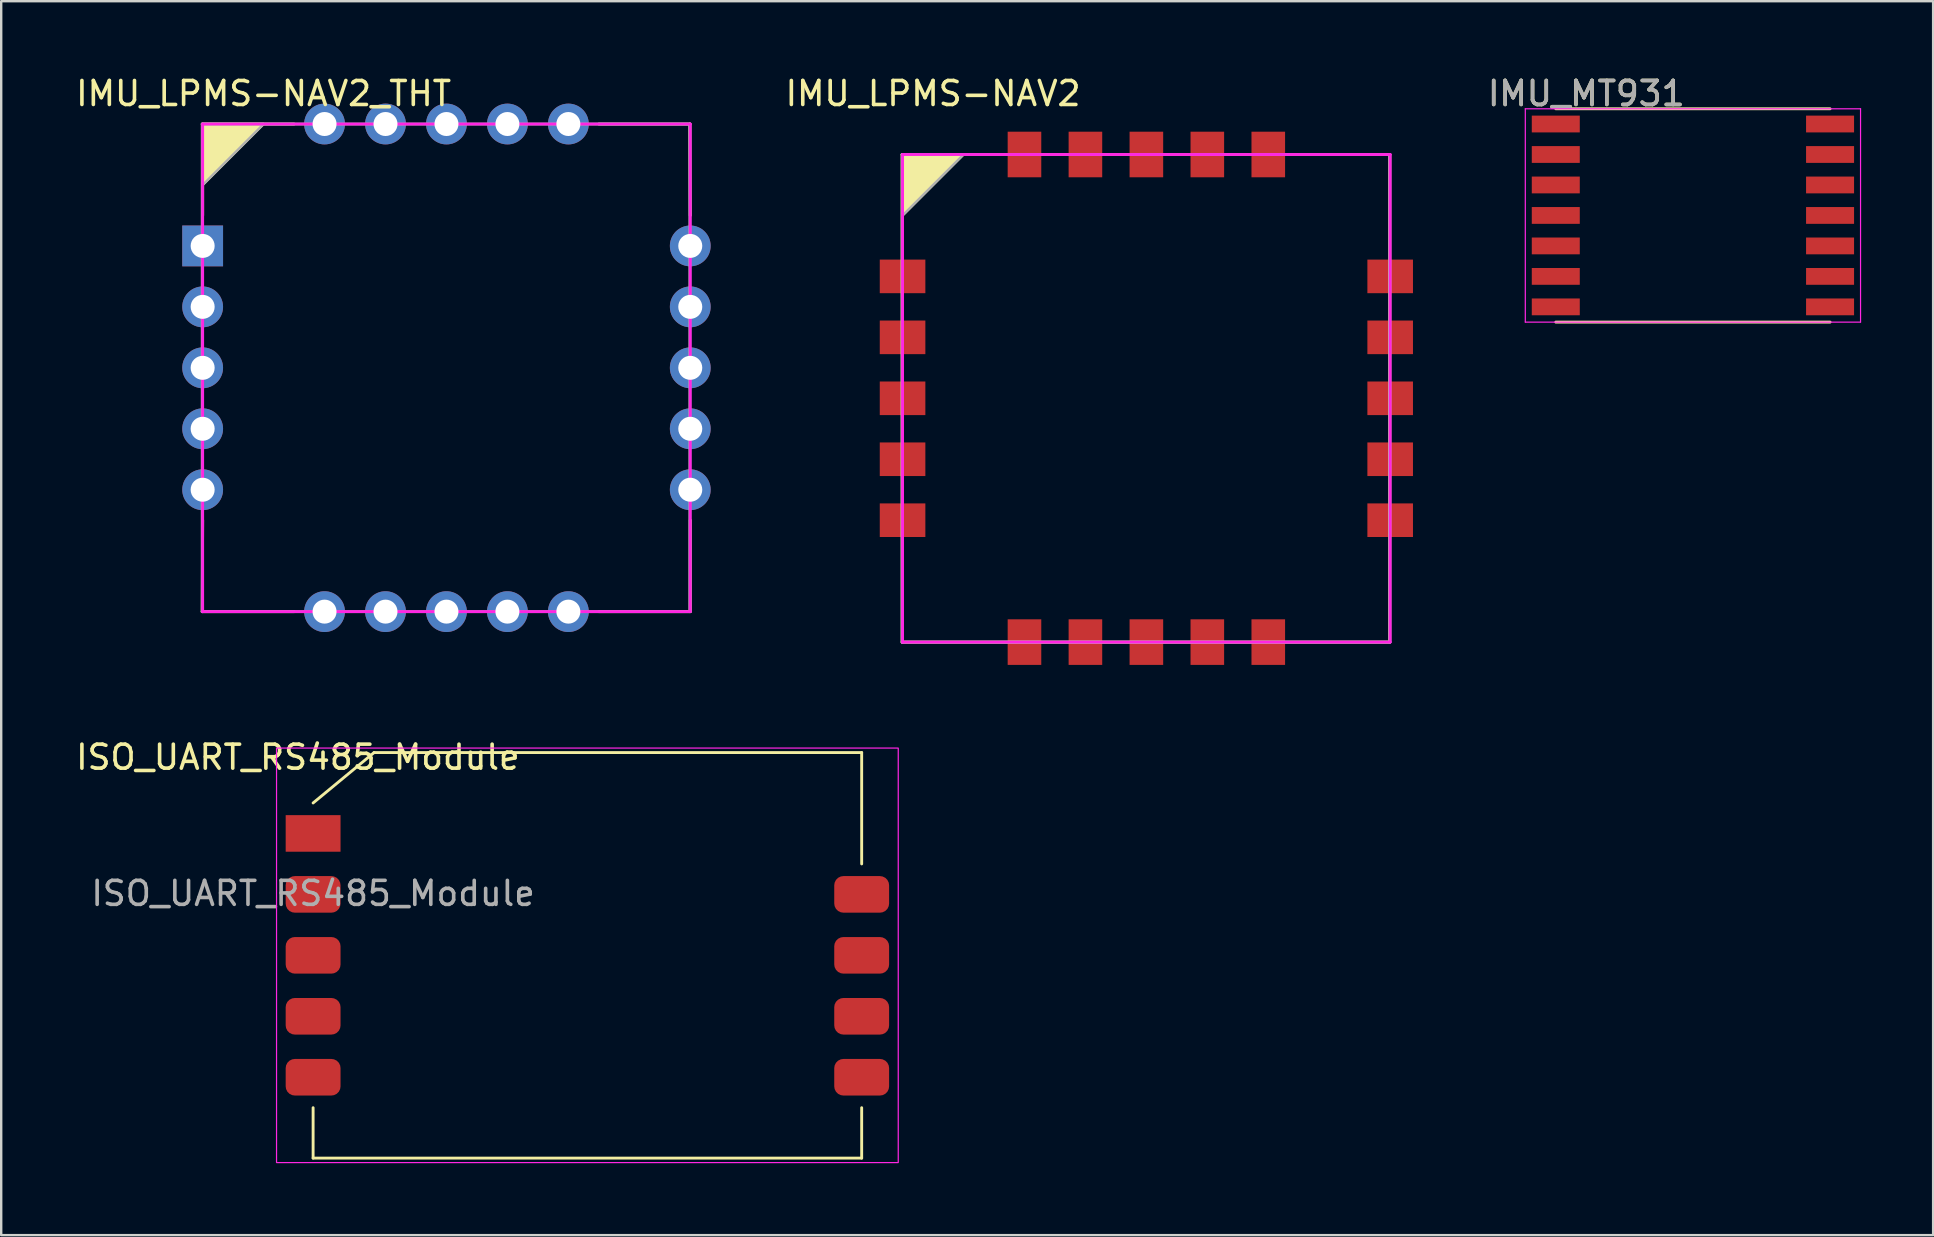
<source format=kicad_pcb>
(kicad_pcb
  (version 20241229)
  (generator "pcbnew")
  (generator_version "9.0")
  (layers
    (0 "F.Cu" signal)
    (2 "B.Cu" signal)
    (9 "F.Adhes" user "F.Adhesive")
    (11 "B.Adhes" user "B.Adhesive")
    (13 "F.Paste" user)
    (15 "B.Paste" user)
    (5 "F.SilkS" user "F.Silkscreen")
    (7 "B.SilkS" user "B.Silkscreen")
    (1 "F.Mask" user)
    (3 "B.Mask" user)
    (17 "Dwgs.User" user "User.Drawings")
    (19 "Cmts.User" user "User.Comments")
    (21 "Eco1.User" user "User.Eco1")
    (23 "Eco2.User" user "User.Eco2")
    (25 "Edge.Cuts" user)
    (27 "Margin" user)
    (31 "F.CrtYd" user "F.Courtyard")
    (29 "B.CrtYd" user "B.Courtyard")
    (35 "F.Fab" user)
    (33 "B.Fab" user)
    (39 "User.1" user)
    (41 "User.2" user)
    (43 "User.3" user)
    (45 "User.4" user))
  (footprint "IMU_LPMS-NAV2"
    (layer "F.Cu")
    (at 44.722 14.818)
    (property "Reference" "IMU_LPMS-NAV2" (at -8.89 -13.97 0) (layer "F.SilkS") (effects (font (size 1 1) (thickness 0.15))))
    (attr through_hole)
    (fp_line (start -10.178 -11.429) (end -10.178 8.891) (stroke (width 0.12) (type solid)) (layer "F.SilkS"))
    (fp_line (start -10.178 -11.429) (end 10.142 -11.429) (stroke (width 0.12) (type solid)) (layer "F.SilkS"))
    (fp_line (start -10.178 8.891) (end 10.142 8.891) (stroke (width 0.12) (type solid)) (layer "F.SilkS"))
    (fp_line (start 10.142 -11.429) (end 10.142 8.891) (stroke (width 0.12) (type solid)) (layer "F.SilkS"))
    (fp_poly (pts (xy -10.16 -8.89) (xy -10.16 -11.43) (xy -7.62 -11.43)) (stroke (width 0.1) (type solid)) (fill yes) (layer "F.SilkS"))
    (fp_line (start -10.16 -11.43) (end 10.16 -11.43) (stroke (width 0.12) (type solid)) (layer "F.CrtYd"))
    (fp_line (start -10.16 8.89) (end -10.16 -11.43) (stroke (width 0.12) (type solid)) (layer "F.CrtYd"))
    (fp_line (start 10.16 -11.43) (end 10.16 8.89) (stroke (width 0.12) (type solid)) (layer "F.CrtYd"))
    (fp_line (start 10.16 8.89) (end -10.16 8.89) (stroke (width 0.12) (type solid)) (layer "F.CrtYd"))
    (fp_line (start -10.178 -11.429) (end -10.178 8.891) (stroke (width 0.12) (type solid)) (layer "F.Fab"))
    (fp_line (start -10.178 -11.429) (end 10.142 -11.429) (stroke (width 0.12) (type solid)) (layer "F.Fab"))
    (fp_line (start -10.178 8.891) (end 10.142 8.891) (stroke (width 0.12) (type solid)) (layer "F.Fab"))
    (fp_line (start 10.142 -11.429) (end 10.142 8.891) (stroke (width 0.12) (type solid)) (layer "F.Fab"))
    (fp_poly (pts (xy -10.16 -8.89) (xy -10.16 -11.43) (xy -7.62 -11.43)) (stroke (width 0.1) (type solid)) (fill no) (layer "F.Fab"))
    (pad "1" smd rect (at -10.16 -6.35) (size 1.9 1.4) (layers "F.Cu" "F.Mask" "F.Paste"))
    (pad "2" smd rect (at -10.16 -3.81) (size 1.9 1.4) (layers "F.Cu" "F.Mask" "F.Paste"))
    (pad "3" smd rect (at -10.16 -1.27) (size 1.9 1.4) (layers "F.Cu" "F.Mask" "F.Paste"))
    (pad "4" smd rect (at -10.16 1.27) (size 1.9 1.4) (layers "F.Cu" "F.Mask" "F.Paste"))
    (pad "5" smd rect (at -10.16 3.81) (size 1.9 1.4) (layers "F.Cu" "F.Mask" "F.Paste"))
    (pad "6" smd rect (at -5.08 8.89 90) (size 1.9 1.4) (layers "F.Cu" "F.Mask" "F.Paste"))
    (pad "7" smd rect (at -2.54 8.89 90) (size 1.9 1.4) (layers "F.Cu" "F.Mask" "F.Paste"))
    (pad "8" smd rect (at 0 8.89 90) (size 1.9 1.4) (layers "F.Cu" "F.Mask" "F.Paste"))
    (pad "9" smd rect (at 2.54 8.89 90) (size 1.9 1.4) (layers "F.Cu" "F.Mask" "F.Paste"))
    (pad "10" smd rect (at 5.08 8.89 90) (size 1.9 1.4) (layers "F.Cu" "F.Mask" "F.Paste"))
    (pad "11" smd rect (at 10.16 3.81) (size 1.9 1.4) (layers "F.Cu" "F.Mask" "F.Paste"))
    (pad "12" smd rect (at 10.16 1.27) (size 1.9 1.4) (layers "F.Cu" "F.Mask" "F.Paste"))
    (pad "13" smd rect (at 10.16 -1.27) (size 1.9 1.4) (layers "F.Cu" "F.Mask" "F.Paste"))
    (pad "14" smd rect (at 10.16 -3.81) (size 1.9 1.4) (layers "F.Cu" "F.Mask" "F.Paste"))
    (pad "15" smd rect (at 10.16 -6.35) (size 1.9 1.4) (layers "F.Cu" "F.Mask" "F.Paste"))
    (pad "16" smd rect (at 5.08 -11.43 90) (size 1.9 1.4) (layers "F.Cu" "F.Mask" "F.Paste"))
    (pad "17" smd rect (at 2.54 -11.43 90) (size 1.9 1.4) (layers "F.Cu" "F.Mask" "F.Paste"))
    (pad "18" smd rect (at 0 -11.43 90) (size 1.9 1.4) (layers "F.Cu" "F.Mask" "F.Paste"))
    (pad "19" smd rect (at -2.54 -11.43 90) (size 1.9 1.4) (layers "F.Cu" "F.Mask" "F.Paste"))
    (pad "20" smd rect (at -5.08 -11.43 90) (size 1.9 1.4) (layers "F.Cu" "F.Mask" "F.Paste")))
  (footprint "IMU_MT931"
    (layer "F.Cu")
    (at 61.783 2.118)
    (property "Reference" "IMU_MT931" (at 1.27 -1.27 0) (unlocked yes) (layer "F.SilkS") (effects (font (size 1 1) (thickness 0.15))))
    (attr smd)
    (fp_line (start 0 -0.635) (end 11.43 -0.635) (stroke (width 0.12) (type solid)) (layer "F.SilkS"))
    (fp_line (start 0 8.255) (end 11.43 8.255) (stroke (width 0.12) (type solid)) (layer "F.SilkS"))
    (fp_line (start -1.27 -0.635) (end 12.7 -0.635) (stroke (width 0.05) (type solid)) (layer "F.CrtYd"))
    (fp_line (start -1.27 8.255) (end -1.27 -0.635) (stroke (width 0.05) (type solid)) (layer "F.CrtYd"))
    (fp_line (start 12.7 -0.635) (end 12.7 8.255) (stroke (width 0.05) (type solid)) (layer "F.CrtYd"))
    (fp_line (start 12.7 8.255) (end -1.27 8.255) (stroke (width 0.05) (type solid)) (layer "F.CrtYd"))
    (fp_text user "${REFERENCE}" (at 1.27 -1.27 0) (unlocked yes) (layer "F.Fab") (effects (font (size 1 1) (thickness 0.15))))
    (pad "1" smd rect (at 0 0) (size 2 0.7) (layers "F.Cu" "F.Mask" "F.Paste"))
    (pad "2" smd rect (at 0 1.27) (size 2 0.7) (layers "F.Cu" "F.Mask" "F.Paste"))
    (pad "3" smd rect (at 0 2.54) (size 2 0.7) (layers "F.Cu" "F.Mask" "F.Paste"))
    (pad "4" smd rect (at 0 3.81) (size 2 0.7) (layers "F.Cu" "F.Mask" "F.Paste"))
    (pad "5" smd rect (at 0 5.08) (size 2 0.7) (layers "F.Cu" "F.Mask" "F.Paste"))
    (pad "6" smd rect (at 0 6.35) (size 2 0.7) (layers "F.Cu" "F.Mask" "F.Paste"))
    (pad "7" smd rect (at 0 7.62) (size 2 0.7) (layers "F.Cu" "F.Mask" "F.Paste"))
    (pad "8" smd rect (at 11.43 7.62) (size 2 0.7) (layers "F.Cu" "F.Mask" "F.Paste"))
    (pad "9" smd rect (at 11.43 6.35) (size 2 0.7) (layers "F.Cu" "F.Mask" "F.Paste"))
    (pad "10" smd rect (at 11.43 5.08) (size 2 0.7) (layers "F.Cu" "F.Mask" "F.Paste"))
    (pad "11" smd rect (at 11.43 3.81) (size 2 0.7) (layers "F.Cu" "F.Mask" "F.Paste"))
    (pad "12" smd rect (at 11.43 2.54) (size 2 0.7) (layers "F.Cu" "F.Mask" "F.Paste"))
    (pad "13" smd rect (at 11.43 1.27) (size 2 0.7) (layers "F.Cu" "F.Mask" "F.Paste"))
    (pad "14" smd rect (at 11.43 0) (size 2 0.7) (layers "F.Cu" "F.Mask" "F.Paste"))
    (zone (net_name "") (layers "F.Cu" "B.Cu") (hatch edge 0.508) (connect_pads) (min_thickness 0.254) (filled_areas_thickness no) (keepout (tracks not_allowed) (vias not_allowed) (pads not_allowed) (copperpour not_allowed) (footprints not_allowed)) (placement (enabled no)) (fill) (polygon (pts (xy 72.578 10.373) (xy 62.418 10.373) (xy 62.418 1.483) (xy 72.578 1.483)))))
  (footprint "IMU_LPMS-NAV2_THT"
    (layer "F.Cu")
    (at 15.555 13.548)
    (property "Reference" "IMU_LPMS-NAV2_THT" (at -7.62 -12.7 0) (layer "F.SilkS") (effects (font (size 1 1) (thickness 0.15))))
    (attr through_hole)
    (fp_line (start -10.178 -11.429) (end -6.35 -11.429) (stroke (width 0.12) (type solid)) (layer "F.SilkS"))
    (fp_line (start -10.178 8.891) (end -10.16 5.08) (stroke (width 0.12) (type solid)) (layer "F.SilkS"))
    (fp_line (start -10.178 8.891) (end -6.35 8.89) (stroke (width 0.12) (type solid)) (layer "F.SilkS"))
    (fp_line (start -10.16 -8.89) (end -10.16 -7.62) (stroke (width 0.12) (type solid)) (layer "F.SilkS"))
    (fp_line (start 10.142 -11.429) (end 6.35 -11.43) (stroke (width 0.12) (type solid)) (layer "F.SilkS"))
    (fp_line (start 10.142 -11.429) (end 10.16 -7.62) (stroke (width 0.12) (type solid)) (layer "F.SilkS"))
    (fp_line (start 10.16 8.89) (end 6.35 8.89) (stroke (width 0.12) (type solid)) (layer "F.SilkS"))
    (fp_line (start 10.16 8.89) (end 10.16 5.08) (stroke (width 0.12) (type solid)) (layer "F.SilkS"))
    (fp_poly (pts (xy -10.16 -8.89) (xy -10.16 -11.43) (xy -7.62 -11.43)) (stroke (width 0.1) (type solid)) (fill yes) (layer "F.SilkS"))
    (fp_line (start -10.16 -11.43) (end 10.16 -11.43) (stroke (width 0.12) (type solid)) (layer "F.CrtYd"))
    (fp_line (start -10.16 8.89) (end -10.16 -11.43) (stroke (width 0.12) (type solid)) (layer "F.CrtYd"))
    (fp_line (start 10.16 -11.43) (end 10.16 8.89) (stroke (width 0.12) (type solid)) (layer "F.CrtYd"))
    (fp_line (start 10.16 8.89) (end -10.16 8.89) (stroke (width 0.12) (type solid)) (layer "F.CrtYd"))
    (fp_line (start -10.178 -11.429) (end -10.178 8.891) (stroke (width 0.12) (type solid)) (layer "F.Fab"))
    (fp_line (start -10.178 -11.429) (end 10.142 -11.429) (stroke (width 0.12) (type solid)) (layer "F.Fab"))
    (fp_line (start -10.178 8.891) (end 10.142 8.891) (stroke (width 0.12) (type solid)) (layer "F.Fab"))
    (fp_line (start 10.142 -11.429) (end 10.142 8.891) (stroke (width 0.12) (type solid)) (layer "F.Fab"))
    (fp_poly (pts (xy -10.16 -8.89) (xy -10.16 -11.43) (xy -7.62 -11.43)) (stroke (width 0.1) (type solid)) (fill no) (layer "F.Fab"))
    (pad "1" thru_hole rect (at -10.16 -6.35) (size 1.7 1.7) (drill 1) (layers "*.Cu" "*.Mask"))
    (pad "2" thru_hole circle (at -10.16 -3.81) (size 1.7 1.7) (drill 1) (layers "*.Cu" "*.Mask"))
    (pad "3" thru_hole circle (at -10.16 -1.27) (size 1.7 1.7) (drill 1) (layers "*.Cu" "*.Mask"))
    (pad "4" thru_hole circle (at -10.16 1.27) (size 1.7 1.7) (drill 1) (layers "*.Cu" "*.Mask"))
    (pad "5" thru_hole circle (at -10.16 3.81) (size 1.7 1.7) (drill 1) (layers "*.Cu" "*.Mask"))
    (pad "6" thru_hole circle (at -5.08 8.89 90) (size 1.7 1.7) (drill 1) (layers "*.Cu" "*.Mask"))
    (pad "7" thru_hole circle (at -2.54 8.89 90) (size 1.7 1.7) (drill 1) (layers "*.Cu" "*.Mask"))
    (pad "8" thru_hole circle (at 0 8.89 90) (size 1.7 1.7) (drill 1) (layers "*.Cu" "*.Mask"))
    (pad "9" thru_hole circle (at 2.54 8.89 90) (size 1.7 1.7) (drill 1) (layers "*.Cu" "*.Mask"))
    (pad "10" thru_hole circle (at 5.08 8.89 90) (size 1.7 1.7) (drill 1) (layers "*.Cu" "*.Mask"))
    (pad "11" thru_hole circle (at 10.16 3.81) (size 1.7 1.7) (drill 1) (layers "*.Cu" "*.Mask"))
    (pad "12" thru_hole circle (at 10.16 1.27) (size 1.7 1.7) (drill 1) (layers "*.Cu" "*.Mask"))
    (pad "13" thru_hole circle (at 10.16 -1.27) (size 1.7 1.7) (drill 1) (layers "*.Cu" "*.Mask"))
    (pad "14" thru_hole circle (at 10.16 -3.81) (size 1.7 1.7) (drill 1) (layers "*.Cu" "*.Mask"))
    (pad "15" thru_hole circle (at 10.16 -6.35) (size 1.7 1.7) (drill 1) (layers "*.Cu" "*.Mask"))
    (pad "16" thru_hole circle (at 5.08 -11.43 90) (size 1.7 1.7) (drill 1) (layers "*.Cu" "*.Mask"))
    (pad "17" thru_hole circle (at 2.54 -11.43 90) (size 1.7 1.7) (drill 1) (layers "*.Cu" "*.Mask"))
    (pad "18" thru_hole circle (at 0 -11.43 90) (size 1.7 1.7) (drill 1) (layers "*.Cu" "*.Mask"))
    (pad "19" thru_hole circle (at -2.54 -11.43 90) (size 1.7 1.7) (drill 1) (layers "*.Cu" "*.Mask"))
    (pad "20" thru_hole circle (at -5.08 -11.43 90) (size 1.7 1.7) (drill 1) (layers "*.Cu" "*.Mask")))
  (footprint "ISO_UART_RS485_Module"
    (layer "F.Cu")
    (at 9.998 31.681)
    (property "Reference" "ISO_UART_RS485_Module" (at -0.635 -3.175 0) (unlocked yes) (layer "F.SilkS") (effects (font (size 1 1) (thickness 0.15))))
    (attr smd)
    (fp_line (start 0 13.53) (end 0 11.43) (stroke (width 0.12) (type solid)) (layer "F.SilkS"))
    (fp_line (start 2.54 -3.37) (end 0 -1.27) (stroke (width 0.12) (type solid)) (layer "F.SilkS"))
    (fp_line (start 2.54 -3.37) (end 22.86 -3.37) (stroke (width 0.12) (type solid)) (layer "F.SilkS"))
    (fp_line (start 22.86 -3.37) (end 22.86 1.27) (stroke (width 0.12) (type solid)) (layer "F.SilkS"))
    (fp_line (start 22.86 13.53) (end 0 13.53) (stroke (width 0.12) (type solid)) (layer "F.SilkS"))
    (fp_line (start 22.86 13.53) (end 22.86 11.43) (stroke (width 0.12) (type solid)) (layer "F.SilkS"))
    (fp_rect (start 24.384 13.716) (end -1.524 -3.556) (stroke (width 0.05) (type solid)) (fill no) (layer "F.CrtYd"))
    (fp_text user "${REFERENCE}" (at 0 2.5 0) (unlocked yes) (layer "F.Fab") (effects (font (size 1 1) (thickness 0.15))))
    (pad "1" smd rect (at 0 0) (size 2.286 1.524) (layers "F.Cu" "F.Mask" "F.Paste"))
    (pad "2" smd roundrect (at 0 2.54) (size 2.286 1.524) (layers "F.Cu" "F.Mask" "F.Paste") (roundrect_rratio 0.25))
    (pad "3" smd roundrect (at 0 5.08) (size 2.286 1.524) (layers "F.Cu" "F.Mask" "F.Paste") (roundrect_rratio 0.25))
    (pad "4" smd roundrect (at 0 7.62) (size 2.286 1.524) (layers "F.Cu" "F.Mask" "F.Paste") (roundrect_rratio 0.25))
    (pad "5" smd roundrect (at 0 10.16) (size 2.286 1.524) (layers "F.Cu" "F.Mask" "F.Paste") (roundrect_rratio 0.25))
    (pad "6" smd roundrect (at 22.86 10.16) (size 2.286 1.524) (layers "F.Cu" "F.Mask" "F.Paste") (roundrect_rratio 0.25))
    (pad "7" smd roundrect (at 22.86 7.62) (size 2.286 1.524) (layers "F.Cu" "F.Mask" "F.Paste") (roundrect_rratio 0.25))
    (pad "8" smd roundrect (at 22.86 5.08) (size 2.286 1.524) (layers "F.Cu" "F.Mask" "F.Paste") (roundrect_rratio 0.25))
    (pad "9" smd roundrect (at 22.86 2.54) (size 2.286 1.524) (layers "F.Cu" "F.Mask" "F.Paste") (roundrect_rratio 0.25)))
  (gr_rect
    (start -3 -3)
    (end 77.508 48.422)
    (stroke (width 0.1) (type default))
    (fill no)
    (layer "Edge.Cuts")))
</source>
